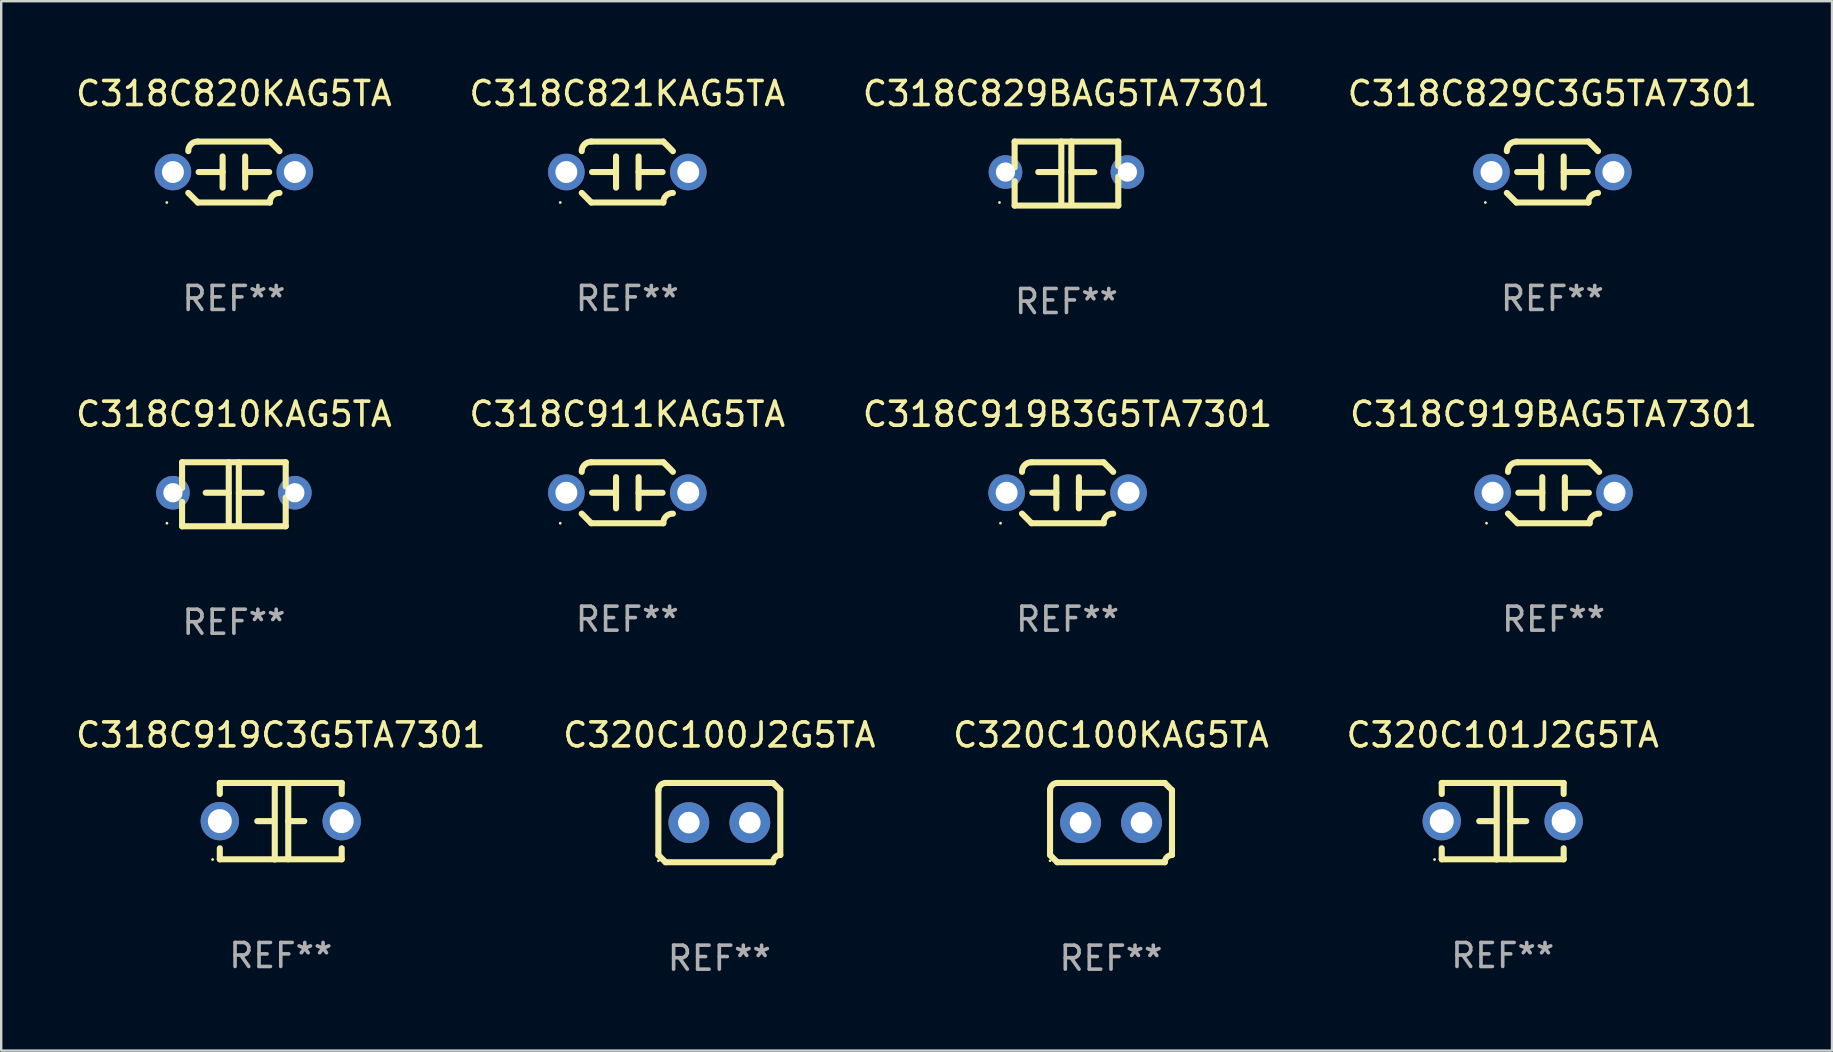
<source format=kicad_pcb>
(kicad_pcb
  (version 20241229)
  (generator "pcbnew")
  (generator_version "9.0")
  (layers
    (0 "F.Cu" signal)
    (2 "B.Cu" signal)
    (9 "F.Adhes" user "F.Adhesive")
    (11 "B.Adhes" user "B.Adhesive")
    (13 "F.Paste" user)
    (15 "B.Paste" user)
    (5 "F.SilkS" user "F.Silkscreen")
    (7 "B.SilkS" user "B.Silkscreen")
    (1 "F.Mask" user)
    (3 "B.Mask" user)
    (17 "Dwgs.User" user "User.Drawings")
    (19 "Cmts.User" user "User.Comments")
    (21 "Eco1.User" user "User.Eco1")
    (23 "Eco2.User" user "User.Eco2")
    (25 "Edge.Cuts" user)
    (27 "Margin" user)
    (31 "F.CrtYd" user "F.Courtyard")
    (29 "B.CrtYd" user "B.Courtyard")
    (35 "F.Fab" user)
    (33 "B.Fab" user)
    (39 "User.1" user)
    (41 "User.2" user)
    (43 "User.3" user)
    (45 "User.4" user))
  (footprint "C320C100J2G5TA"
    (layer "F.Cu")
    (at 26.923 31.226)
    (property "Reference" "C320C100J2G5TA" (at 0 -3.651 0) (layer "F.SilkS") (effects (font (size 1 1) (thickness 0.15))))
    (attr through_hole)
    (fp_line (start -2.54 -1.351) (end -2.54 1.351) (stroke (width 0.254) (type solid)) (layer "F.SilkS"))
    (fp_line (start -2.24 -1.651) (end 2.24 -1.651) (stroke (width 0.254) (type solid)) (layer "F.SilkS"))
    (fp_line (start 2.24 1.651) (end -2.24 1.651) (stroke (width 0.254) (type solid)) (layer "F.SilkS"))
    (fp_line (start 2.54 1.351) (end 2.54 -1.351) (stroke (width 0.254) (type solid)) (layer "F.SilkS"))
    (fp_arc (start -2.540005 -1.351283) (mid -2.450115 -1.561309) (end -2.240005 -1.651003) (stroke (width 0.254001) (type solid)) (layer "F.SilkS"))
    (fp_arc (start -2.240287 1.651001) (mid -2.390163 1.501019) (end -2.540005 1.351003) (stroke (width 0.254001) (type solid)) (layer "F.SilkS"))
    (fp_arc (start 2.240005 1.651003) (mid 2.329934 1.441015) (end 2.540005 1.351282) (stroke (width 0.254001) (type solid)) (layer "F.SilkS"))
    (fp_arc (start 2.540005 -1.351003) (mid 2.389393 -1.500252) (end 2.240284 -1.651003) (stroke (width 0.254001) (type solid)) (layer "F.SilkS"))
    (fp_circle (center -2.54 1.59) (end -2.51 1.59) (stroke (width 0.06) (type solid)) (fill no) (layer "F.SilkS"))
    (fp_text user "REF**" (at 0 5.651 0) (layer "F.Fab") (effects (font (size 1 1) (thickness 0.15))))
    (pad "1" thru_hole circle (at -1.27 0) (size 1.7 1.7) (drill 0.9) (layers "*.Cu" "*.Mask"))
    (pad "2" thru_hole circle (at 1.27 0) (size 1.7 1.7) (drill 0.9) (layers "*.Cu" "*.Mask")))
  (footprint "C318C911KAG5TA"
    (layer "F.Cu")
    (at 23.089 17.482)
    (property "Reference" "C318C911KAG5TA" (at 0 -3.27 0) (layer "F.SilkS") (effects (font (size 1 1) (thickness 0.15))))
    (attr through_hole)
    (fp_line (start -1.5 -1.27) (end 1.5 -1.27) (stroke (width 0.254) (type solid)) (layer "F.SilkS"))
    (fp_line (start -0.47 -0.65) (end -0.47 0.65) (stroke (width 0.254) (type solid)) (layer "F.SilkS"))
    (fp_line (start -0.47 -0.000381) (end -1.47 -0.000381) (stroke (width 0.254) (type solid)) (layer "F.SilkS"))
    (fp_line (start 0.47 0.000356) (end 1.47 0.000356) (stroke (width 0.254) (type solid)) (layer "F.SilkS"))
    (fp_line (start 0.47 0.65) (end 0.47 -0.65) (stroke (width 0.254) (type solid)) (layer "F.SilkS"))
    (fp_line (start 1.5 1.27) (end -1.5 1.27) (stroke (width 0.254) (type solid)) (layer "F.SilkS"))
    (fp_arc (start -1.899924 -0.871221) (mid -1.78599 -1.156887) (end -1.5 -1.270003) (stroke (width 0.254001) (type solid)) (layer "F.SilkS"))
    (fp_arc (start -1.501217 1.269929) (mid -1.700682 1.070039) (end -1.9 0.870003) (stroke (width 0.254001) (type solid)) (layer "F.SilkS"))
    (fp_arc (start 1.5 1.270003) (mid 1.614112 0.984517) (end 1.899923 0.871222) (stroke (width 0.254001) (type solid)) (layer "F.SilkS"))
    (fp_arc (start 1.501219 -1.269927) (mid 1.70319 -1.072538) (end 1.9 -0.870003) (stroke (width 0.254001) (type solid)) (layer "F.SilkS"))
    (fp_circle (center -2.795 1.27) (end -2.765 1.27) (stroke (width 0.06) (type solid)) (fill no) (layer "F.SilkS"))
    (fp_text user "REF**" (at 0 5.27 0) (layer "F.Fab") (effects (font (size 1 1) (thickness 0.15))))
    (pad "1" thru_hole circle (at -2.54 0) (size 1.524 1.524) (drill 0.914) (layers "*.Cu" "*.Mask"))
    (pad "2" thru_hole circle (at 2.54 0) (size 1.524 1.524) (drill 0.914) (layers "*.Cu" "*.Mask")))
  (footprint "C318C919B3G5TA7301"
    (layer "F.Cu")
    (at 41.435 17.482)
    (property "Reference" "C318C919B3G5TA7301" (at 0 -3.27 0) (layer "F.SilkS") (effects (font (size 1 1) (thickness 0.15))))
    (attr through_hole)
    (fp_line (start -1.5 -1.27) (end 1.5 -1.27) (stroke (width 0.254) (type solid)) (layer "F.SilkS"))
    (fp_line (start -0.47 -0.65) (end -0.47 0.65) (stroke (width 0.254) (type solid)) (layer "F.SilkS"))
    (fp_line (start -0.47 -0.000381) (end -1.47 -0.000381) (stroke (width 0.254) (type solid)) (layer "F.SilkS"))
    (fp_line (start 0.47 0.000356) (end 1.47 0.000356) (stroke (width 0.254) (type solid)) (layer "F.SilkS"))
    (fp_line (start 0.47 0.65) (end 0.47 -0.65) (stroke (width 0.254) (type solid)) (layer "F.SilkS"))
    (fp_line (start 1.5 1.27) (end -1.5 1.27) (stroke (width 0.254) (type solid)) (layer "F.SilkS"))
    (fp_arc (start -1.899924 -0.871221) (mid -1.78599 -1.156887) (end -1.5 -1.270003) (stroke (width 0.254001) (type solid)) (layer "F.SilkS"))
    (fp_arc (start -1.501217 1.269929) (mid -1.700682 1.070039) (end -1.9 0.870003) (stroke (width 0.254001) (type solid)) (layer "F.SilkS"))
    (fp_arc (start 1.5 1.270003) (mid 1.614112 0.984517) (end 1.899923 0.871222) (stroke (width 0.254001) (type solid)) (layer "F.SilkS"))
    (fp_arc (start 1.501219 -1.269927) (mid 1.70319 -1.072538) (end 1.9 -0.870003) (stroke (width 0.254001) (type solid)) (layer "F.SilkS"))
    (fp_circle (center -2.795 1.27) (end -2.765 1.27) (stroke (width 0.06) (type solid)) (fill no) (layer "F.SilkS"))
    (fp_text user "REF**" (at 0 5.27 0) (layer "F.Fab") (effects (font (size 1 1) (thickness 0.15))))
    (pad "1" thru_hole circle (at -2.54 0) (size 1.524 1.524) (drill 0.914) (layers "*.Cu" "*.Mask"))
    (pad "2" thru_hole circle (at 2.54 0) (size 1.524 1.524) (drill 0.914) (layers "*.Cu" "*.Mask")))
  (footprint "C318C919C3G5TA7301"
    (layer "F.Cu")
    (at 8.649 31.17)
    (property "Reference" "C318C919C3G5TA7301" (at 0 -3.595 0) (layer "F.SilkS") (effects (font (size 1 1) (thickness 0.15))))
    (attr through_hole)
    (fp_line (start -2.54 -1.595) (end -2.54 -1.136) (stroke (width 0.254) (type solid)) (layer "F.SilkS"))
    (fp_line (start -2.54 -1.595) (end 2.54 -1.595) (stroke (width 0.254) (type solid)) (layer "F.SilkS"))
    (fp_line (start -2.54 1.126) (end -2.54 1.585) (stroke (width 0.254) (type solid)) (layer "F.SilkS"))
    (fp_line (start -0.312 -0.005) (end -0.98 -0.005) (stroke (width 0.254) (type solid)) (layer "F.SilkS"))
    (fp_line (start -0.25 -1.585) (end -0.25 1.595) (stroke (width 0.254) (type solid)) (layer "F.SilkS"))
    (fp_line (start 0.312 -1.595) (end 0.312 1.585) (stroke (width 0.254) (type solid)) (layer "F.SilkS"))
    (fp_line (start 0.312 -0.005) (end 0.98 -0.005) (stroke (width 0.254) (type solid)) (layer "F.SilkS"))
    (fp_line (start 2.54 -1.595) (end 2.54 -1.136) (stroke (width 0.254) (type solid)) (layer "F.SilkS"))
    (fp_line (start 2.54 1.126) (end 2.54 1.585) (stroke (width 0.254) (type solid)) (layer "F.SilkS"))
    (fp_line (start 2.54 1.585) (end -2.54 1.585) (stroke (width 0.254) (type solid)) (layer "F.SilkS"))
    (fp_circle (center -2.84 1.595) (end -2.81 1.595) (stroke (width 0.06) (type solid)) (fill no) (layer "F.SilkS"))
    (fp_text user "REF**" (at 0 5.595 0) (layer "F.Fab") (effects (font (size 1 1) (thickness 0.15))))
    (pad "1" thru_hole circle (at -2.54 -0.005) (size 1.6 1.6) (drill 1) (layers "*.Cu" "*.Mask"))
    (pad "2" thru_hole circle (at 2.54 -0.005) (size 1.6 1.6) (drill 1) (layers "*.Cu" "*.Mask")))
  (footprint "C318C829C3G5TA7301"
    (layer "F.Cu")
    (at 61.637 4.118)
    (property "Reference" "C318C829C3G5TA7301" (at 0 -3.27 0) (layer "F.SilkS") (effects (font (size 1 1) (thickness 0.15))))
    (attr through_hole)
    (fp_line (start -1.5 -1.27) (end 1.5 -1.27) (stroke (width 0.254) (type solid)) (layer "F.SilkS"))
    (fp_line (start -0.47 -0.65) (end -0.47 0.65) (stroke (width 0.254) (type solid)) (layer "F.SilkS"))
    (fp_line (start -0.47 -0.000381) (end -1.47 -0.000381) (stroke (width 0.254) (type solid)) (layer "F.SilkS"))
    (fp_line (start 0.47 0.000356) (end 1.47 0.000356) (stroke (width 0.254) (type solid)) (layer "F.SilkS"))
    (fp_line (start 0.47 0.65) (end 0.47 -0.65) (stroke (width 0.254) (type solid)) (layer "F.SilkS"))
    (fp_line (start 1.5 1.27) (end -1.5 1.27) (stroke (width 0.254) (type solid)) (layer "F.SilkS"))
    (fp_arc (start -1.899924 -0.871221) (mid -1.78599 -1.156887) (end -1.5 -1.270003) (stroke (width 0.254001) (type solid)) (layer "F.SilkS"))
    (fp_arc (start -1.501217 1.269929) (mid -1.700682 1.070039) (end -1.9 0.870003) (stroke (width 0.254001) (type solid)) (layer "F.SilkS"))
    (fp_arc (start 1.5 1.270003) (mid 1.614112 0.984517) (end 1.899923 0.871222) (stroke (width 0.254001) (type solid)) (layer "F.SilkS"))
    (fp_arc (start 1.501219 -1.269927) (mid 1.70319 -1.072538) (end 1.9 -0.870003) (stroke (width 0.254001) (type solid)) (layer "F.SilkS"))
    (fp_circle (center -2.795 1.27) (end -2.765 1.27) (stroke (width 0.06) (type solid)) (fill no) (layer "F.SilkS"))
    (fp_text user "REF**" (at 0 5.27 0) (layer "F.Fab") (effects (font (size 1 1) (thickness 0.15))))
    (pad "1" thru_hole circle (at -2.54 0) (size 1.524 1.524) (drill 0.914) (layers "*.Cu" "*.Mask"))
    (pad "2" thru_hole circle (at 2.54 0) (size 1.524 1.524) (drill 0.914) (layers "*.Cu" "*.Mask")))
  (footprint "C320C100KAG5TA"
    (layer "F.Cu")
    (at 43.244 31.226)
    (property "Reference" "C320C100KAG5TA" (at 0 -3.651 0) (layer "F.SilkS") (effects (font (size 1 1) (thickness 0.15))))
    (attr through_hole)
    (fp_line (start -2.54 -1.351) (end -2.54 1.351) (stroke (width 0.254) (type solid)) (layer "F.SilkS"))
    (fp_line (start -2.24 -1.651) (end 2.24 -1.651) (stroke (width 0.254) (type solid)) (layer "F.SilkS"))
    (fp_line (start 2.24 1.651) (end -2.24 1.651) (stroke (width 0.254) (type solid)) (layer "F.SilkS"))
    (fp_line (start 2.54 1.351) (end 2.54 -1.351) (stroke (width 0.254) (type solid)) (layer "F.SilkS"))
    (fp_arc (start -2.540005 -1.351283) (mid -2.450115 -1.561309) (end -2.240005 -1.651003) (stroke (width 0.254001) (type solid)) (layer "F.SilkS"))
    (fp_arc (start -2.240287 1.651001) (mid -2.390163 1.501019) (end -2.540005 1.351003) (stroke (width 0.254001) (type solid)) (layer "F.SilkS"))
    (fp_arc (start 2.240005 1.651003) (mid 2.329934 1.441015) (end 2.540005 1.351282) (stroke (width 0.254001) (type solid)) (layer "F.SilkS"))
    (fp_arc (start 2.540005 -1.351003) (mid 2.389393 -1.500252) (end 2.240284 -1.651003) (stroke (width 0.254001) (type solid)) (layer "F.SilkS"))
    (fp_circle (center -2.54 1.59) (end -2.51 1.59) (stroke (width 0.06) (type solid)) (fill no) (layer "F.SilkS"))
    (fp_text user "REF**" (at 0 5.651 0) (layer "F.Fab") (effects (font (size 1 1) (thickness 0.15))))
    (pad "1" thru_hole circle (at -1.27 0) (size 1.7 1.7) (drill 0.9) (layers "*.Cu" "*.Mask"))
    (pad "2" thru_hole circle (at 1.27 0) (size 1.7 1.7) (drill 0.9) (layers "*.Cu" "*.Mask")))
  (footprint "C318C829BAG5TA7301"
    (layer "F.Cu")
    (at 41.387 4.182)
    (property "Reference" "C318C829BAG5TA7301" (at 0 -3.334 0) (layer "F.SilkS") (effects (font (size 1 1) (thickness 0.15))))
    (attr through_hole)
    (fp_line (start -2.159 -1.334) (end 2.159 -1.334) (stroke (width 0.254) (type solid)) (layer "F.SilkS"))
    (fp_line (start -2.159 -0.256) (end -2.159 -1.334) (stroke (width 0.254) (type solid)) (layer "F.SilkS"))
    (fp_line (start -2.159 1.334) (end -2.159 0.318) (stroke (width 0.254) (type solid)) (layer "F.SilkS"))
    (fp_line (start -0.22 -0.064) (end -1.175 -0.064) (stroke (width 0.254) (type solid)) (layer "F.SilkS"))
    (fp_line (start -0.214 -1.334) (end -0.214 1.207) (stroke (width 0.254) (type solid)) (layer "F.SilkS"))
    (fp_line (start 0.205 -1.334) (end 0.205 1.207) (stroke (width 0.254) (type solid)) (layer "F.SilkS"))
    (fp_line (start 0.205 -0.061) (end 1.16 -0.061) (stroke (width 0.254) (type solid)) (layer "F.SilkS"))
    (fp_line (start 2.159 -1.334) (end 2.159 -0.318) (stroke (width 0.254) (type solid)) (layer "F.SilkS"))
    (fp_line (start 2.159 0.129) (end 2.159 1.334) (stroke (width 0.254) (type solid)) (layer "F.SilkS"))
    (fp_line (start 2.159 1.334) (end -2.159 1.334) (stroke (width 0.254) (type solid)) (layer "F.SilkS"))
    (fp_circle (center -2.79 1.207) (end -2.76 1.207) (stroke (width 0.06) (type solid)) (fill no) (layer "F.SilkS"))
    (fp_text user "REF**" (at 0 5.334 0) (layer "F.Fab") (effects (font (size 1 1) (thickness 0.15))))
    (pad "1" thru_hole circle (at -2.54 -0.064) (size 1.4 1.4) (drill 0.8) (layers "*.Cu" "*.Mask"))
    (pad "2" thru_hole circle (at 2.54 -0.064) (size 1.4 1.4) (drill 0.8) (layers "*.Cu" "*.Mask")))
  (footprint "C318C910KAG5TA"
    (layer "F.Cu")
    (at 6.696 17.545)
    (property "Reference" "C318C910KAG5TA" (at 0 -3.334 0) (layer "F.SilkS") (effects (font (size 1 1) (thickness 0.15))))
    (attr through_hole)
    (fp_line (start -2.159 -1.334) (end 2.159 -1.334) (stroke (width 0.254) (type solid)) (layer "F.SilkS"))
    (fp_line (start -2.159 -0.256) (end -2.159 -1.334) (stroke (width 0.254) (type solid)) (layer "F.SilkS"))
    (fp_line (start -2.159 1.334) (end -2.159 0.318) (stroke (width 0.254) (type solid)) (layer "F.SilkS"))
    (fp_line (start -0.22 -0.064) (end -1.175 -0.064) (stroke (width 0.254) (type solid)) (layer "F.SilkS"))
    (fp_line (start -0.214 -1.334) (end -0.214 1.207) (stroke (width 0.254) (type solid)) (layer "F.SilkS"))
    (fp_line (start 0.205 -1.334) (end 0.205 1.207) (stroke (width 0.254) (type solid)) (layer "F.SilkS"))
    (fp_line (start 0.205 -0.061) (end 1.16 -0.061) (stroke (width 0.254) (type solid)) (layer "F.SilkS"))
    (fp_line (start 2.159 -1.334) (end 2.159 -0.318) (stroke (width 0.254) (type solid)) (layer "F.SilkS"))
    (fp_line (start 2.159 0.129) (end 2.159 1.334) (stroke (width 0.254) (type solid)) (layer "F.SilkS"))
    (fp_line (start 2.159 1.334) (end -2.159 1.334) (stroke (width 0.254) (type solid)) (layer "F.SilkS"))
    (fp_circle (center -2.79 1.207) (end -2.76 1.207) (stroke (width 0.06) (type solid)) (fill no) (layer "F.SilkS"))
    (fp_text user "REF**" (at 0 5.334 0) (layer "F.Fab") (effects (font (size 1 1) (thickness 0.15))))
    (pad "1" thru_hole circle (at -2.54 -0.064) (size 1.4 1.4) (drill 0.8) (layers "*.Cu" "*.Mask"))
    (pad "2" thru_hole circle (at 2.54 -0.064) (size 1.4 1.4) (drill 0.8) (layers "*.Cu" "*.Mask")))
  (footprint "C318C919BAG5TA7301"
    (layer "F.Cu")
    (at 61.685 17.482)
    (property "Reference" "C318C919BAG5TA7301" (at 0 -3.27 0) (layer "F.SilkS") (effects (font (size 1 1) (thickness 0.15))))
    (attr through_hole)
    (fp_line (start -1.5 -1.27) (end 1.5 -1.27) (stroke (width 0.254) (type solid)) (layer "F.SilkS"))
    (fp_line (start -0.47 -0.65) (end -0.47 0.65) (stroke (width 0.254) (type solid)) (layer "F.SilkS"))
    (fp_line (start -0.47 -0.000381) (end -1.47 -0.000381) (stroke (width 0.254) (type solid)) (layer "F.SilkS"))
    (fp_line (start 0.47 0.000356) (end 1.47 0.000356) (stroke (width 0.254) (type solid)) (layer "F.SilkS"))
    (fp_line (start 0.47 0.65) (end 0.47 -0.65) (stroke (width 0.254) (type solid)) (layer "F.SilkS"))
    (fp_line (start 1.5 1.27) (end -1.5 1.27) (stroke (width 0.254) (type solid)) (layer "F.SilkS"))
    (fp_arc (start -1.899924 -0.871221) (mid -1.78599 -1.156887) (end -1.5 -1.270003) (stroke (width 0.254001) (type solid)) (layer "F.SilkS"))
    (fp_arc (start -1.501217 1.269929) (mid -1.700682 1.070039) (end -1.9 0.870003) (stroke (width 0.254001) (type solid)) (layer "F.SilkS"))
    (fp_arc (start 1.5 1.270003) (mid 1.614112 0.984517) (end 1.899923 0.871222) (stroke (width 0.254001) (type solid)) (layer "F.SilkS"))
    (fp_arc (start 1.501219 -1.269927) (mid 1.70319 -1.072538) (end 1.9 -0.870003) (stroke (width 0.254001) (type solid)) (layer "F.SilkS"))
    (fp_circle (center -2.795 1.27) (end -2.765 1.27) (stroke (width 0.06) (type solid)) (fill no) (layer "F.SilkS"))
    (fp_text user "REF**" (at 0 5.27 0) (layer "F.Fab") (effects (font (size 1 1) (thickness 0.15))))
    (pad "1" thru_hole circle (at -2.54 0) (size 1.524 1.524) (drill 0.914) (layers "*.Cu" "*.Mask"))
    (pad "2" thru_hole circle (at 2.54 0) (size 1.524 1.524) (drill 0.914) (layers "*.Cu" "*.Mask")))
  (footprint "C318C820KAG5TA"
    (layer "F.Cu")
    (at 6.696 4.118)
    (property "Reference" "C318C820KAG5TA" (at 0 -3.27 0) (layer "F.SilkS") (effects (font (size 1 1) (thickness 0.15))))
    (attr through_hole)
    (fp_line (start -1.5 -1.27) (end 1.5 -1.27) (stroke (width 0.254) (type solid)) (layer "F.SilkS"))
    (fp_line (start -0.47 -0.65) (end -0.47 0.65) (stroke (width 0.254) (type solid)) (layer "F.SilkS"))
    (fp_line (start -0.47 -0.000381) (end -1.47 -0.000381) (stroke (width 0.254) (type solid)) (layer "F.SilkS"))
    (fp_line (start 0.47 0.000356) (end 1.47 0.000356) (stroke (width 0.254) (type solid)) (layer "F.SilkS"))
    (fp_line (start 0.47 0.65) (end 0.47 -0.65) (stroke (width 0.254) (type solid)) (layer "F.SilkS"))
    (fp_line (start 1.5 1.27) (end -1.5 1.27) (stroke (width 0.254) (type solid)) (layer "F.SilkS"))
    (fp_arc (start -1.899924 -0.871221) (mid -1.78599 -1.156887) (end -1.5 -1.270003) (stroke (width 0.254001) (type solid)) (layer "F.SilkS"))
    (fp_arc (start -1.501217 1.269929) (mid -1.700682 1.070039) (end -1.9 0.870003) (stroke (width 0.254001) (type solid)) (layer "F.SilkS"))
    (fp_arc (start 1.5 1.270003) (mid 1.614112 0.984517) (end 1.899923 0.871222) (stroke (width 0.254001) (type solid)) (layer "F.SilkS"))
    (fp_arc (start 1.501219 -1.269927) (mid 1.70319 -1.072538) (end 1.9 -0.870003) (stroke (width 0.254001) (type solid)) (layer "F.SilkS"))
    (fp_circle (center -2.795 1.27) (end -2.765 1.27) (stroke (width 0.06) (type solid)) (fill no) (layer "F.SilkS"))
    (fp_text user "REF**" (at 0 5.27 0) (layer "F.Fab") (effects (font (size 1 1) (thickness 0.15))))
    (pad "1" thru_hole circle (at -2.54 0) (size 1.524 1.524) (drill 0.914) (layers "*.Cu" "*.Mask"))
    (pad "2" thru_hole circle (at 2.54 0) (size 1.524 1.524) (drill 0.914) (layers "*.Cu" "*.Mask")))
  (footprint "C318C821KAG5TA"
    (layer "F.Cu")
    (at 23.089 4.118)
    (property "Reference" "C318C821KAG5TA" (at 0 -3.27 0) (layer "F.SilkS") (effects (font (size 1 1) (thickness 0.15))))
    (attr through_hole)
    (fp_line (start -1.5 -1.27) (end 1.5 -1.27) (stroke (width 0.254) (type solid)) (layer "F.SilkS"))
    (fp_line (start -0.47 -0.65) (end -0.47 0.65) (stroke (width 0.254) (type solid)) (layer "F.SilkS"))
    (fp_line (start -0.47 -0.000381) (end -1.47 -0.000381) (stroke (width 0.254) (type solid)) (layer "F.SilkS"))
    (fp_line (start 0.47 0.000356) (end 1.47 0.000356) (stroke (width 0.254) (type solid)) (layer "F.SilkS"))
    (fp_line (start 0.47 0.65) (end 0.47 -0.65) (stroke (width 0.254) (type solid)) (layer "F.SilkS"))
    (fp_line (start 1.5 1.27) (end -1.5 1.27) (stroke (width 0.254) (type solid)) (layer "F.SilkS"))
    (fp_arc (start -1.899924 -0.871221) (mid -1.78599 -1.156887) (end -1.5 -1.270003) (stroke (width 0.254001) (type solid)) (layer "F.SilkS"))
    (fp_arc (start -1.501217 1.269929) (mid -1.700682 1.070039) (end -1.9 0.870003) (stroke (width 0.254001) (type solid)) (layer "F.SilkS"))
    (fp_arc (start 1.5 1.270003) (mid 1.614112 0.984517) (end 1.899923 0.871222) (stroke (width 0.254001) (type solid)) (layer "F.SilkS"))
    (fp_arc (start 1.501219 -1.269927) (mid 1.70319 -1.072538) (end 1.9 -0.870003) (stroke (width 0.254001) (type solid)) (layer "F.SilkS"))
    (fp_circle (center -2.795 1.27) (end -2.765 1.27) (stroke (width 0.06) (type solid)) (fill no) (layer "F.SilkS"))
    (fp_text user "REF**" (at 0 5.27 0) (layer "F.Fab") (effects (font (size 1 1) (thickness 0.15))))
    (pad "1" thru_hole circle (at -2.54 0) (size 1.524 1.524) (drill 0.914) (layers "*.Cu" "*.Mask"))
    (pad "2" thru_hole circle (at 2.54 0) (size 1.524 1.524) (drill 0.914) (layers "*.Cu" "*.Mask")))
  (footprint "C320C101J2G5TA"
    (layer "F.Cu")
    (at 59.565 31.17)
    (property "Reference" "C320C101J2G5TA" (at 0 -3.595 0) (layer "F.SilkS") (effects (font (size 1 1) (thickness 0.15))))
    (attr through_hole)
    (fp_line (start -2.54 -1.595) (end -2.54 -1.136) (stroke (width 0.254) (type solid)) (layer "F.SilkS"))
    (fp_line (start -2.54 -1.595) (end 2.54 -1.595) (stroke (width 0.254) (type solid)) (layer "F.SilkS"))
    (fp_line (start -2.54 1.126) (end -2.54 1.585) (stroke (width 0.254) (type solid)) (layer "F.SilkS"))
    (fp_line (start -0.312 -0.005) (end -0.98 -0.005) (stroke (width 0.254) (type solid)) (layer "F.SilkS"))
    (fp_line (start -0.25 -1.585) (end -0.25 1.595) (stroke (width 0.254) (type solid)) (layer "F.SilkS"))
    (fp_line (start 0.312 -1.595) (end 0.312 1.585) (stroke (width 0.254) (type solid)) (layer "F.SilkS"))
    (fp_line (start 0.312 -0.005) (end 0.98 -0.005) (stroke (width 0.254) (type solid)) (layer "F.SilkS"))
    (fp_line (start 2.54 -1.595) (end 2.54 -1.136) (stroke (width 0.254) (type solid)) (layer "F.SilkS"))
    (fp_line (start 2.54 1.126) (end 2.54 1.585) (stroke (width 0.254) (type solid)) (layer "F.SilkS"))
    (fp_line (start 2.54 1.585) (end -2.54 1.585) (stroke (width 0.254) (type solid)) (layer "F.SilkS"))
    (fp_circle (center -2.84 1.595) (end -2.81 1.595) (stroke (width 0.06) (type solid)) (fill no) (layer "F.SilkS"))
    (fp_text user "REF**" (at 0 5.595 0) (layer "F.Fab") (effects (font (size 1 1) (thickness 0.15))))
    (pad "1" thru_hole circle (at -2.54 -0.005) (size 1.6 1.6) (drill 1) (layers "*.Cu" "*.Mask"))
    (pad "2" thru_hole circle (at 2.54 -0.005) (size 1.6 1.6) (drill 1) (layers "*.Cu" "*.Mask")))
  (gr_rect
    (start -3 -3)
    (end 73.286 40.726)
    (stroke (width 0.1) (type default))
    (fill no)
    (layer "Edge.Cuts")))
</source>
